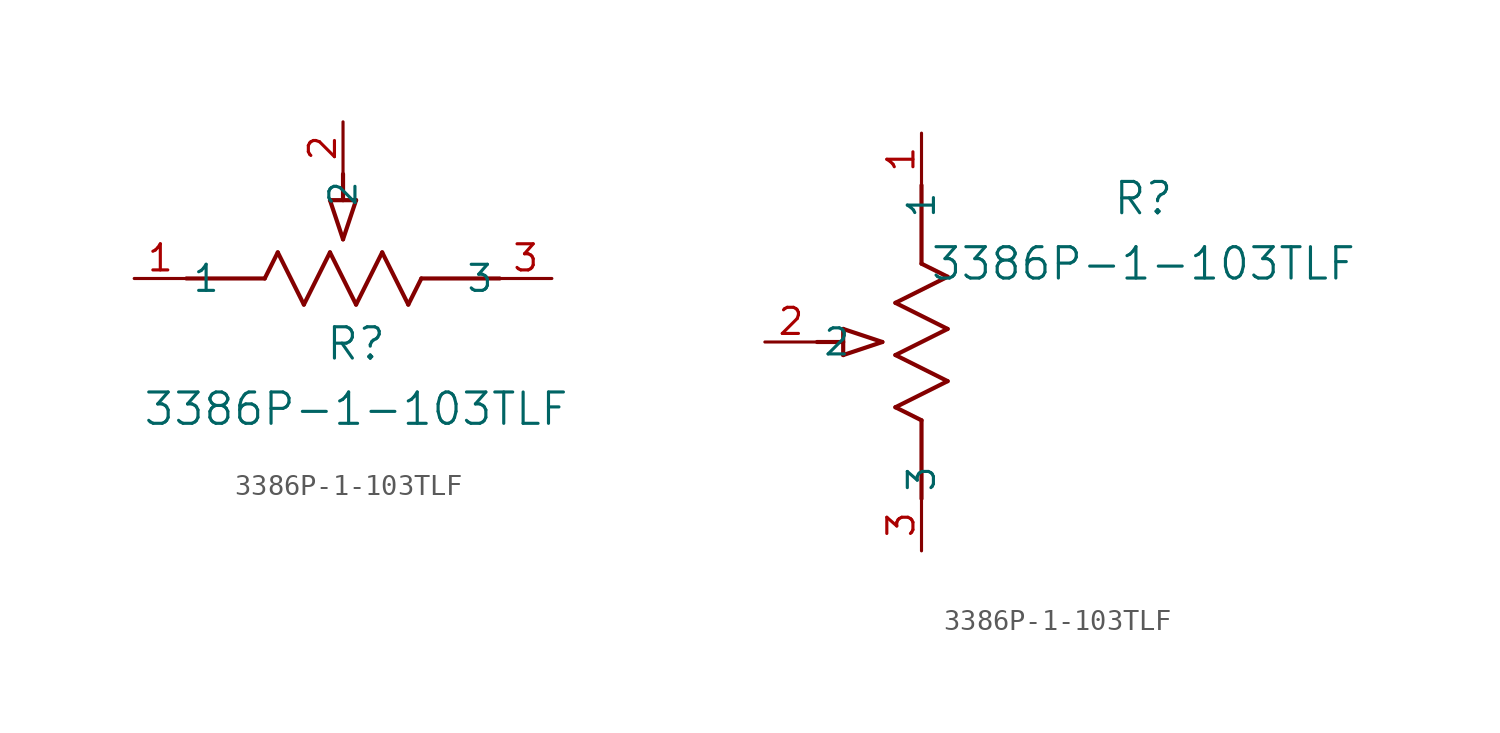
<source format=kicad_sym>
(kicad_symbol_lib
  (version 20211014)
  (generator kicad_symbol_editor)
  (symbol "3386P-1-103TLF"
    (pin_names
      (offset 0.254))
    (property "Reference" "R"
      (at 10.795 -3.175 0)
      (effects (font (size 1.524 1.524))))
    (property "Value" "3386P-1-103TLF"
      (at 10.795 -6.35 0)
      (effects (font (size 1.524 1.524))))
    (symbol "3386P-1-103TLF_1_1"
      (polyline (pts (xy 9.525 3.81) (xy 10.16 1.905)) (stroke (width 0.203) (type default) (color 0 0 0 0)) (fill (type none)))
      (polyline (pts (xy 10.795 3.81) (xy 10.16 1.905)) (stroke (width 0.203) (type default) (color 0 0 0 0)) (fill (type none)))
      (polyline (pts (xy 9.525 3.81) (xy 10.795 3.81)) (stroke (width 0.203) (type default) (color 0 0 0 0)) (fill (type none)))
      (polyline (pts (xy 10.16 3.81) (xy 10.16 5.08)) (stroke (width 0.203) (type default) (color 0 0 0 0)) (fill (type none)))
      (polyline (pts (xy 6.35 0) (xy 6.985 1.27)) (stroke (width 0.203) (type default) (color 0 0 0 0)) (fill (type none)))
      (polyline (pts (xy 9.525 1.27) (xy 10.795 -1.27)) (stroke (width 0.203) (type default) (color 0 0 0 0)) (fill (type none)))
      (polyline (pts (xy 10.795 -1.27) (xy 12.065 1.27)) (stroke (width 0.203) (type default) (color 0 0 0 0)) (fill (type none)))
      (polyline (pts (xy 8.255 -1.27) (xy 9.525 1.27)) (stroke (width 0.203) (type default) (color 0 0 0 0)) (fill (type none)))
      (polyline (pts (xy 6.985 1.27) (xy 8.255 -1.27)) (stroke (width 0.203) (type default) (color 0 0 0 0)) (fill (type none)))
      (polyline (pts (xy 13.335 -1.27) (xy 13.97 0)) (stroke (width 0.203) (type default) (color 0 0 0 0)) (fill (type none)))
      (polyline (pts (xy 13.97 0) (xy 17.78 0)) (stroke (width 0.203) (type default) (color 0 0 0 0)) (fill (type none)))
      (polyline (pts (xy 2.54 0) (xy 6.35 0)) (stroke (width 0.203) (type default) (color 0 0 0 0)) (fill (type none)))
      (polyline (pts (xy 12.065 1.27) (xy 13.335 -1.27)) (stroke (width 0.203) (type default) (color 0 0 0 0)) (fill (type none)))
      (pin unspecified line (at 20.32 0 180) (length 2.54) (name "3" (effects (font (size 1.27 1.27)))) (number "3" (effects (font (size 1.27 1.27)))))
      (pin unspecified line (at 10.16 7.62 270) (length 2.54) (name "2" (effects (font (size 1.27 1.27)))) (number "2" (effects (font (size 1.27 1.27)))))
      (pin unspecified line (at 0 0 0) (length 2.54) (name "1" (effects (font (size 1.27 1.27)))) (number "1" (effects (font (size 1.27 1.27))))))
    (symbol "3386P-1-103TLF_1_2"
      (polyline (pts (xy 0 -13.97) (xy -1.27 -13.335)) (stroke (width 0.203) (type default) (color 0 0 0 0)) (fill (type none)))
      (polyline (pts (xy 0 -17.78) (xy 0 -13.97)) (stroke (width 0.203) (type default) (color 0 0 0 0)) (fill (type none)))
      (polyline (pts (xy -3.81 -10.795) (xy -1.905 -10.16)) (stroke (width 0.203) (type default) (color 0 0 0 0)) (fill (type none)))
      (polyline (pts (xy -3.81 -9.525) (xy -1.905 -10.16)) (stroke (width 0.203) (type default) (color 0 0 0 0)) (fill (type none)))
      (polyline (pts (xy -3.81 -10.795) (xy -3.81 -9.525)) (stroke (width 0.203) (type default) (color 0 0 0 0)) (fill (type none)))
      (polyline (pts (xy 1.27 -12.065) (xy -1.27 -10.795)) (stroke (width 0.203) (type default) (color 0 0 0 0)) (fill (type none)))
      (polyline (pts (xy -1.27 -10.795) (xy 1.27 -9.525)) (stroke (width 0.203) (type default) (color 0 0 0 0)) (fill (type none)))
      (polyline (pts (xy 1.27 -9.525) (xy -1.27 -8.255)) (stroke (width 0.203) (type default) (color 0 0 0 0)) (fill (type none)))
      (polyline (pts (xy -1.27 -8.255) (xy 1.27 -6.985)) (stroke (width 0.203) (type default) (color 0 0 0 0)) (fill (type none)))
      (polyline (pts (xy 1.27 -6.985) (xy 0 -6.35)) (stroke (width 0.203) (type default) (color 0 0 0 0)) (fill (type none)))
      (polyline (pts (xy -1.27 -13.335) (xy 1.27 -12.065)) (stroke (width 0.203) (type default) (color 0 0 0 0)) (fill (type none)))
      (polyline (pts (xy 0 -6.35) (xy 0 -2.54)) (stroke (width 0.203) (type default) (color 0 0 0 0)) (fill (type none)))
      (polyline (pts (xy -3.81 -10.16) (xy -5.08 -10.16)) (stroke (width 0.203) (type default) (color 0 0 0 0)) (fill (type none)))
      (pin unspecified line (at 0 -20.32 90) (length 2.54) (name "3" (effects (font (size 1.27 1.27)))) (number "3" (effects (font (size 1.27 1.27)))))
      (pin unspecified line (at -7.62 -10.16 0) (length 2.54) (name "2" (effects (font (size 1.27 1.27)))) (number "2" (effects (font (size 1.27 1.27)))))
      (pin unspecified line (at 0 0 270) (length 2.54) (name "1" (effects (font (size 1.27 1.27)))) (number "1" (effects (font (size 1.27 1.27))))))))
</source>
